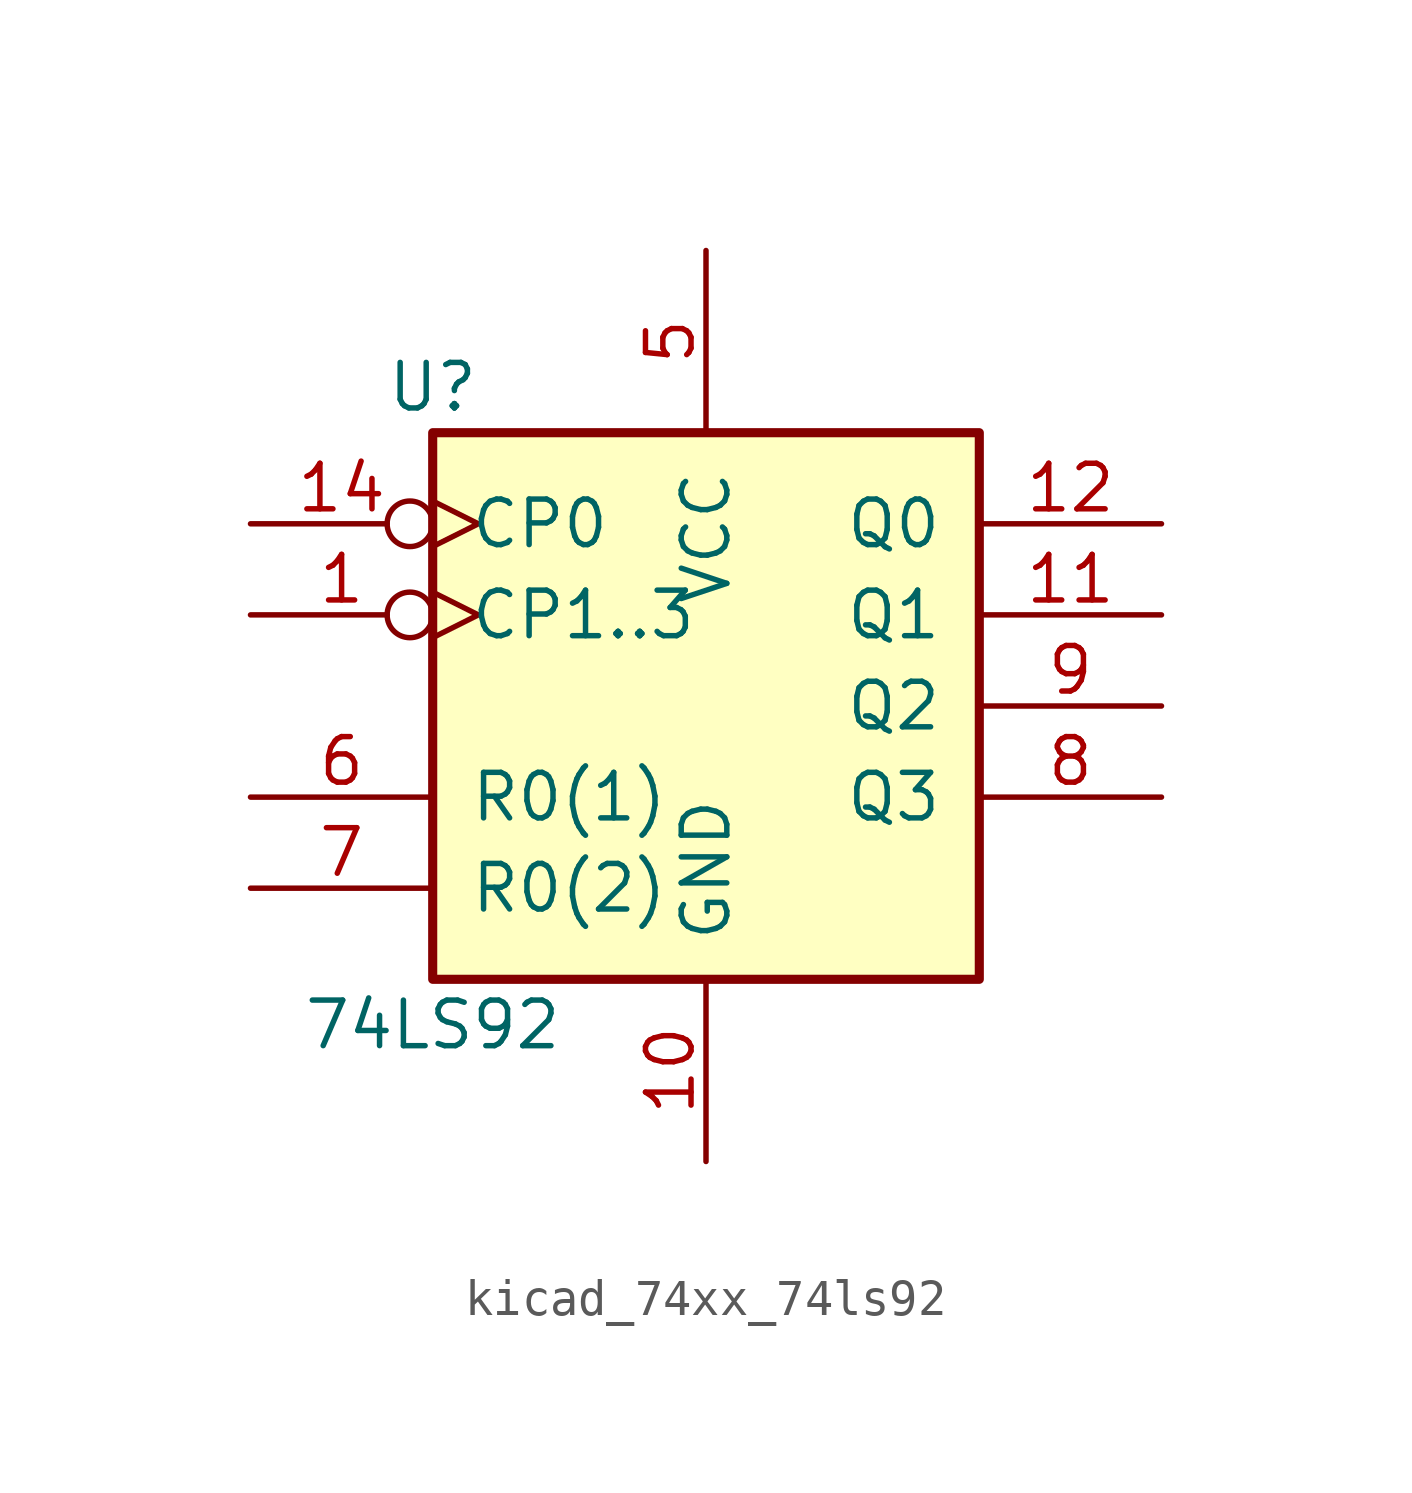
<source format=kicad_sym>
(kicad_symbol_lib
  (version 20220914)
  (generator kicad_symbol_editor)
  (symbol "kicad_74xx_74ls92"
    (pin_names
      (offset 1.016))
    (property "Reference" "U"
      (at -7.62 8.89 0)
      (effects (font (size 1.27 1.27))))
    (property "Value" "74LS92"
      (at -7.62 -8.89 0)
      (effects (font (size 1.27 1.27))))
    (property "ki_locked" ""
      (at 0 0 0)
      (effects (font (size 1.27 1.27))))
    (symbol "kicad_74xx_74ls92_1_0"
      (pin input inverted_clock (at -12.7 2.54 0) (length 5.08) (name "CP1..3" (effects (font (size 1.27 1.27)))) (number "1" (effects (font (size 1.27 1.27)))))
      (pin power_in line (at 0 -12.7 90) (length 5.08) (name "GND" (effects (font (size 1.27 1.27)))) (number "10" (effects (font (size 1.27 1.27)))))
      (pin output line (at 12.7 2.54 180) (length 5.08) (name "Q1" (effects (font (size 1.27 1.27)))) (number "11" (effects (font (size 1.27 1.27)))))
      (pin output line (at 12.7 5.08 180) (length 5.08) (name "Q0" (effects (font (size 1.27 1.27)))) (number "12" (effects (font (size 1.27 1.27)))))
      (pin input inverted_clock (at -12.7 5.08 0) (length 5.08) (name "CP0" (effects (font (size 1.27 1.27)))) (number "14" (effects (font (size 1.27 1.27)))))
      (pin power_in line (at 0 12.7 270) (length 5.08) (name "VCC" (effects (font (size 1.27 1.27)))) (number "5" (effects (font (size 1.27 1.27)))))
      (pin input line (at -12.7 -2.54 0) (length 5.08) (name "R0(1)" (effects (font (size 1.27 1.27)))) (number "6" (effects (font (size 1.27 1.27)))))
      (pin input line (at -12.7 -5.08 0) (length 5.08) (name "R0(2)" (effects (font (size 1.27 1.27)))) (number "7" (effects (font (size 1.27 1.27)))))
      (pin output line (at 12.7 -2.54 180) (length 5.08) (name "Q3" (effects (font (size 1.27 1.27)))) (number "8" (effects (font (size 1.27 1.27)))))
      (pin output line (at 12.7 0 180) (length 5.08) (name "Q2" (effects (font (size 1.27 1.27)))) (number "9" (effects (font (size 1.27 1.27))))))
    (symbol "kicad_74xx_74ls92_1_1"
      (rectangle (start -7.62 7.62) (end 7.62 -7.62) (stroke (width 0.254) (type default)) (fill (type background))))))
</source>
